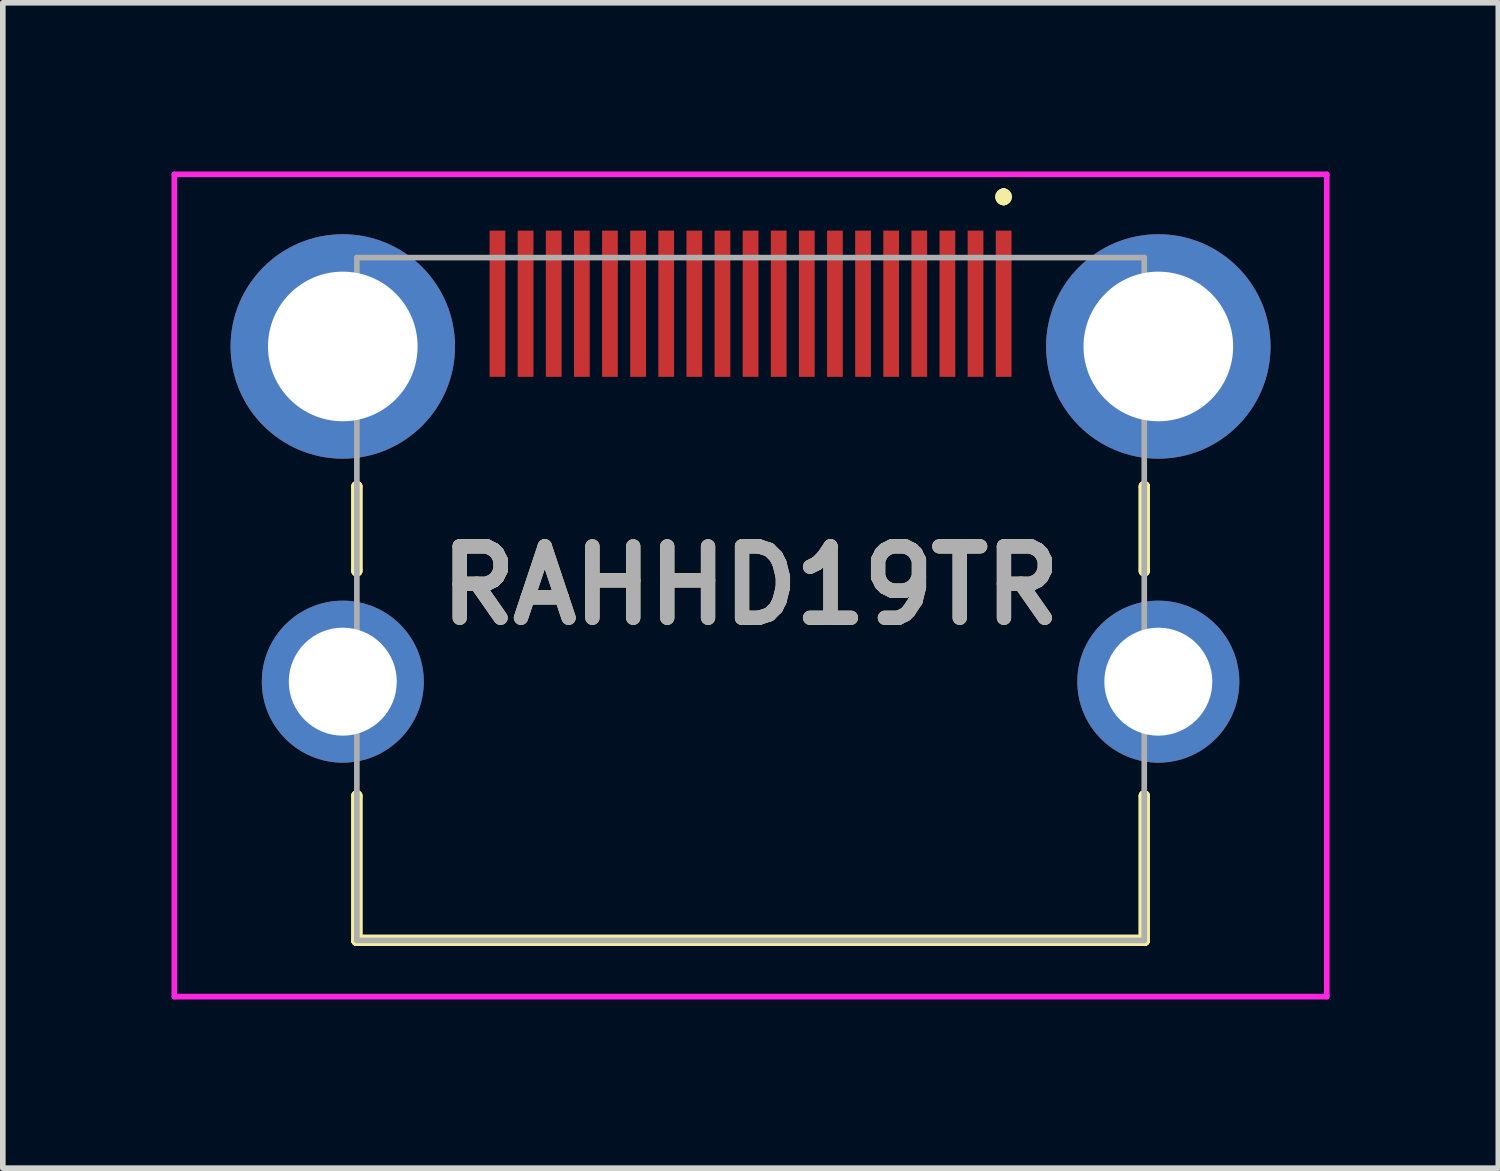
<source format=kicad_pcb>
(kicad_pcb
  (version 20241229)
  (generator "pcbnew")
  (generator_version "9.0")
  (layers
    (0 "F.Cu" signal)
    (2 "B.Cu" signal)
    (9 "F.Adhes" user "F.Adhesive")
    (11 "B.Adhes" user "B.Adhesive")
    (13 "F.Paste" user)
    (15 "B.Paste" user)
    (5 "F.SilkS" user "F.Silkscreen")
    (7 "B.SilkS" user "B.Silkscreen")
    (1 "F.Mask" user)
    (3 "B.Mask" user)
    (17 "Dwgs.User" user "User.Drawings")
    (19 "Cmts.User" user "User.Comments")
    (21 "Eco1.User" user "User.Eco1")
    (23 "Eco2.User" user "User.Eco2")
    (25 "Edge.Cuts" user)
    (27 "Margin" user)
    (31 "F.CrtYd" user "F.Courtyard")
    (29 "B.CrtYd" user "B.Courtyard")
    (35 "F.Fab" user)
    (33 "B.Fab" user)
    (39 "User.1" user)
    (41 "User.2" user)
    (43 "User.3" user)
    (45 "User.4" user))
  (footprint "RAHHD19TR"
    (layer "F.Cu")
    (at 10.295 7.6)
    (property "Reference" "RAHHD19TR" (at 0 -0.24 0) (layer "F.SilkS") (effects (font (size 1.27 1.27) (thickness 0.254))))
    (attr through_hole)
    (fp_line (start -7 -2) (end -7 -2) (stroke (width 0.2) (type solid)) (layer "F.SilkS"))
    (fp_line (start -7 -2) (end -7 -0.5) (stroke (width 0.2) (type solid)) (layer "F.SilkS"))
    (fp_line (start -7 -0.5) (end -7 -2) (stroke (width 0.2) (type solid)) (layer "F.SilkS"))
    (fp_line (start -7 -0.5) (end -7 -0.5) (stroke (width 0.2) (type solid)) (layer "F.SilkS"))
    (fp_line (start -7 3.5) (end -7 3.5) (stroke (width 0.2) (type solid)) (layer "F.SilkS"))
    (fp_line (start -7 3.5) (end -7 6.07) (stroke (width 0.2) (type solid)) (layer "F.SilkS"))
    (fp_line (start -7 6.07) (end -7 3.5) (stroke (width 0.2) (type solid)) (layer "F.SilkS"))
    (fp_line (start -7 6.07) (end -7 6.07) (stroke (width 0.2) (type solid)) (layer "F.SilkS"))
    (fp_line (start -7 6.07) (end -7 6.07) (stroke (width 0.2) (type solid)) (layer "F.SilkS"))
    (fp_line (start -7 6.07) (end 7 6.07) (stroke (width 0.2) (type solid)) (layer "F.SilkS"))
    (fp_line (start 4.5 -7.2) (end 4.5 -7.2) (stroke (width 0.2) (type solid)) (layer "F.SilkS"))
    (fp_line (start 4.5 -7.2) (end 4.5 -7.2) (stroke (width 0.2) (type solid)) (layer "F.SilkS"))
    (fp_line (start 4.5 -7.1) (end 4.5 -7.1) (stroke (width 0.2) (type solid)) (layer "F.SilkS"))
    (fp_line (start 7 -2) (end 7 -2) (stroke (width 0.2) (type solid)) (layer "F.SilkS"))
    (fp_line (start 7 -2) (end 7 -0.5) (stroke (width 0.2) (type solid)) (layer "F.SilkS"))
    (fp_line (start 7 -0.5) (end 7 -2) (stroke (width 0.2) (type solid)) (layer "F.SilkS"))
    (fp_line (start 7 -0.5) (end 7 -0.5) (stroke (width 0.2) (type solid)) (layer "F.SilkS"))
    (fp_line (start 7 3.5) (end 7 3.5) (stroke (width 0.2) (type solid)) (layer "F.SilkS"))
    (fp_line (start 7 3.5) (end 7 6.07) (stroke (width 0.2) (type solid)) (layer "F.SilkS"))
    (fp_line (start 7 6.07) (end -7 6.07) (stroke (width 0.2) (type solid)) (layer "F.SilkS"))
    (fp_line (start 7 6.07) (end 7 3.5) (stroke (width 0.2) (type solid)) (layer "F.SilkS"))
    (fp_line (start 7 6.07) (end 7 6.07) (stroke (width 0.2) (type solid)) (layer "F.SilkS"))
    (fp_line (start 7 6.07) (end 7 6.07) (stroke (width 0.2) (type solid)) (layer "F.SilkS"))
    (fp_arc (start 4.5 -7.2) (mid 4.55 -7.15) (end 4.5 -7.1) (stroke (width 0.2) (type solid)) (layer "F.SilkS"))
    (fp_arc (start 4.5 -7.1) (mid 4.45 -7.15) (end 4.5 -7.2) (stroke (width 0.2) (type solid)) (layer "F.SilkS"))
    (fp_arc (start 4.5 -7.1) (mid 4.45 -7.15) (end 4.5 -7.2) (stroke (width 0.2) (type solid)) (layer "F.SilkS"))
    (fp_line (start -10.245 -7.55) (end 10.245 -7.55) (stroke (width 0.1) (type solid)) (layer "F.CrtYd"))
    (fp_line (start -10.245 7.07) (end -10.245 -7.55) (stroke (width 0.1) (type solid)) (layer "F.CrtYd"))
    (fp_line (start 10.245 -7.55) (end 10.245 7.07) (stroke (width 0.1) (type solid)) (layer "F.CrtYd"))
    (fp_line (start 10.245 7.07) (end -10.245 7.07) (stroke (width 0.1) (type solid)) (layer "F.CrtYd"))
    (fp_line (start -7 -6.07) (end -7 6.07) (stroke (width 0.1) (type solid)) (layer "F.Fab"))
    (fp_line (start -7 6.07) (end 7 6.07) (stroke (width 0.1) (type solid)) (layer "F.Fab"))
    (fp_line (start 7 -6.07) (end -7 -6.07) (stroke (width 0.1) (type solid)) (layer "F.Fab"))
    (fp_line (start 7 6.07) (end 7 -6.07) (stroke (width 0.1) (type solid)) (layer "F.Fab"))
    (fp_text user "${REFERENCE}" (at 0 -0.24 0) (layer "F.Fab") (effects (font (size 1.27 1.27) (thickness 0.254))))
    (pad "1" smd rect (at 4.5 -5.25) (size 0.28 2.6) (layers "F.Cu" "F.Mask" "F.Paste"))
    (pad "2" smd rect (at 4 -5.25) (size 0.28 2.6) (layers "F.Cu" "F.Mask" "F.Paste"))
    (pad "3" smd rect (at 3.5 -5.25) (size 0.28 2.6) (layers "F.Cu" "F.Mask" "F.Paste"))
    (pad "4" smd rect (at 3 -5.25) (size 0.28 2.6) (layers "F.Cu" "F.Mask" "F.Paste"))
    (pad "5" smd rect (at 2.5 -5.25) (size 0.28 2.6) (layers "F.Cu" "F.Mask" "F.Paste"))
    (pad "6" smd rect (at 2 -5.25) (size 0.28 2.6) (layers "F.Cu" "F.Mask" "F.Paste"))
    (pad "7" smd rect (at 1.5 -5.25) (size 0.28 2.6) (layers "F.Cu" "F.Mask" "F.Paste"))
    (pad "8" smd rect (at 1 -5.25) (size 0.28 2.6) (layers "F.Cu" "F.Mask" "F.Paste"))
    (pad "9" smd rect (at 0.5 -5.25) (size 0.28 2.6) (layers "F.Cu" "F.Mask" "F.Paste"))
    (pad "10" smd rect (at 0 -5.25) (size 0.28 2.6) (layers "F.Cu" "F.Mask" "F.Paste"))
    (pad "11" smd rect (at -0.5 -5.25) (size 0.28 2.6) (layers "F.Cu" "F.Mask" "F.Paste"))
    (pad "12" smd rect (at -1 -5.25) (size 0.28 2.6) (layers "F.Cu" "F.Mask" "F.Paste"))
    (pad "13" smd rect (at -1.5 -5.25) (size 0.28 2.6) (layers "F.Cu" "F.Mask" "F.Paste"))
    (pad "14" smd rect (at -2 -5.25) (size 0.28 2.6) (layers "F.Cu" "F.Mask" "F.Paste"))
    (pad "15" smd rect (at -2.5 -5.25) (size 0.28 2.6) (layers "F.Cu" "F.Mask" "F.Paste"))
    (pad "16" smd rect (at -3 -5.25) (size 0.28 2.6) (layers "F.Cu" "F.Mask" "F.Paste"))
    (pad "17" smd rect (at -3.5 -5.25) (size 0.28 2.6) (layers "F.Cu" "F.Mask" "F.Paste"))
    (pad "18" smd rect (at -4 -5.25) (size 0.28 2.6) (layers "F.Cu" "F.Mask" "F.Paste"))
    (pad "19" smd rect (at -4.5 -5.25) (size 0.28 2.6) (layers "F.Cu" "F.Mask" "F.Paste"))
    (pad "SH" thru_hole circle (at -7.25 -4.49) (size 3.99 3.99) (drill 2.66) (layers "*.Cu" "*.Mask"))
    (pad "SH" thru_hole circle (at -7.25 1.47) (size 2.88 2.88) (drill 1.92) (layers "*.Cu" "*.Mask"))
    (pad "SH" thru_hole circle (at 7.25 -4.49) (size 3.99 3.99) (drill 2.66) (layers "*.Cu" "*.Mask"))
    (pad "SH" thru_hole circle (at 7.25 1.47) (size 2.88 2.88) (drill 1.92) (layers "*.Cu" "*.Mask")))
  (gr_rect
    (start -3 -3)
    (end 23.59 17.72)
    (stroke (width 0.1) (type default))
    (fill no)
    (layer "Edge.Cuts")))
</source>
